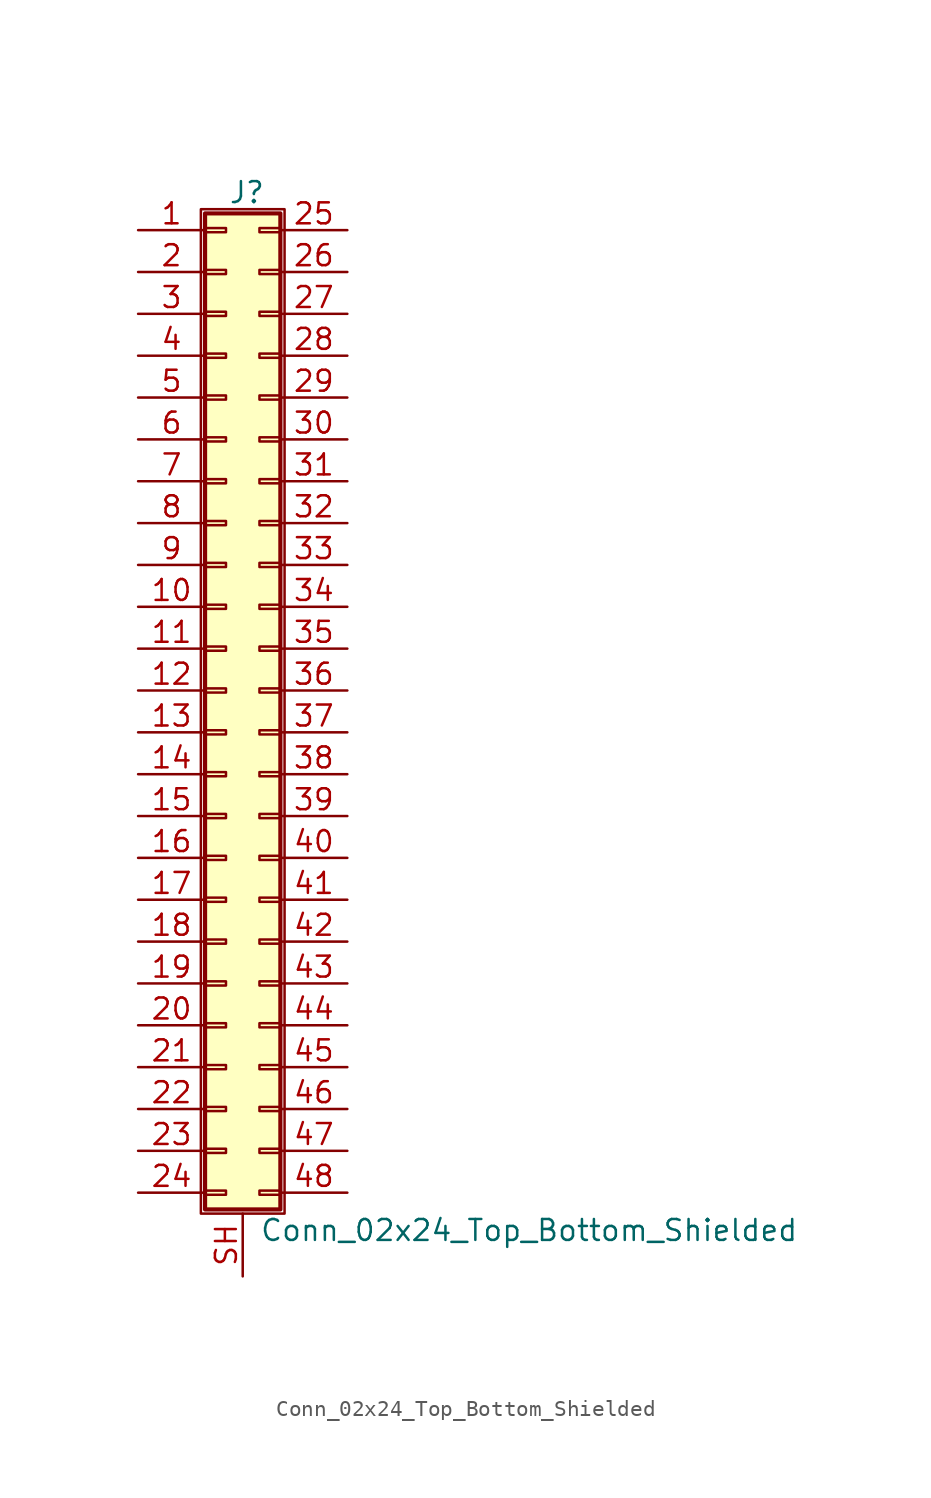
<source format=kicad_sym>
(kicad_symbol_lib
  (version 20201005)
  (generator kicad_symbol_editor)
  (symbol "Conn_02x24_Top_Bottom_Shielded"
    (pin_names
      (offset 1.016) hide)
    (property "Reference" "J"
      (at 1.524 30.226 0)
      (effects (font (size 1.27 1.27))))
    (property "Value" "Conn_02x24_Top_Bottom_Shielded"
      (at 2.286 -32.766 0)
      (effects (font (size 1.27 1.27)) (justify left)))
    (symbol "Conn_02x24_Top_Bottom_Shielded_1_1"
      (rectangle (start -1.27 29.21) (end 3.81 -31.75) (stroke (width 0.152)) (fill (type none)))
      (rectangle (start -1.016 -30.353) (end 0.254 -30.607) (stroke (width 0.152)) (fill (type none)))
      (rectangle (start -1.016 -27.813) (end 0.254 -28.067) (stroke (width 0.152)) (fill (type none)))
      (rectangle (start -1.016 -25.273) (end 0.254 -25.527) (stroke (width 0.152)) (fill (type none)))
      (rectangle (start -1.016 -22.733) (end 0.254 -22.987) (stroke (width 0.152)) (fill (type none)))
      (rectangle (start -1.016 -20.193) (end 0.254 -20.447) (stroke (width 0.152)) (fill (type none)))
      (rectangle (start -1.016 -17.653) (end 0.254 -17.907) (stroke (width 0.152)) (fill (type none)))
      (rectangle (start -1.016 -15.113) (end 0.254 -15.367) (stroke (width 0.152)) (fill (type none)))
      (rectangle (start -1.016 -12.573) (end 0.254 -12.827) (stroke (width 0.152)) (fill (type none)))
      (rectangle (start -1.016 -10.033) (end 0.254 -10.287) (stroke (width 0.152)) (fill (type none)))
      (rectangle (start -1.016 -7.493) (end 0.254 -7.747) (stroke (width 0.152)) (fill (type none)))
      (rectangle (start -1.016 -4.953) (end 0.254 -5.207) (stroke (width 0.152)) (fill (type none)))
      (rectangle (start -1.016 -2.413) (end 0.254 -2.667) (stroke (width 0.152)) (fill (type none)))
      (rectangle (start -1.016 0.127) (end 0.254 -0.127) (stroke (width 0.152)) (fill (type none)))
      (rectangle (start -1.016 2.667) (end 0.254 2.413) (stroke (width 0.152)) (fill (type none)))
      (rectangle (start -1.016 5.207) (end 0.254 4.953) (stroke (width 0.152)) (fill (type none)))
      (rectangle (start -1.016 7.747) (end 0.254 7.493) (stroke (width 0.152)) (fill (type none)))
      (rectangle (start -1.016 10.287) (end 0.254 10.033) (stroke (width 0.152)) (fill (type none)))
      (rectangle (start -1.016 12.827) (end 0.254 12.573) (stroke (width 0.152)) (fill (type none)))
      (rectangle (start -1.016 15.367) (end 0.254 15.113) (stroke (width 0.152)) (fill (type none)))
      (rectangle (start -1.016 17.907) (end 0.254 17.653) (stroke (width 0.152)) (fill (type none)))
      (rectangle (start -1.016 20.447) (end 0.254 20.193) (stroke (width 0.152)) (fill (type none)))
      (rectangle (start -1.016 22.987) (end 0.254 22.733) (stroke (width 0.152)) (fill (type none)))
      (rectangle (start -1.016 25.527) (end 0.254 25.273) (stroke (width 0.152)) (fill (type none)))
      (rectangle (start -1.016 28.067) (end 0.254 27.813) (stroke (width 0.152)) (fill (type none)))
      (rectangle (start 3.556 -30.353) (end 2.286 -30.607) (stroke (width 0.152)) (fill (type none)))
      (rectangle (start 3.556 -27.813) (end 2.286 -28.067) (stroke (width 0.152)) (fill (type none)))
      (rectangle (start 3.556 -25.273) (end 2.286 -25.527) (stroke (width 0.152)) (fill (type none)))
      (rectangle (start 3.556 -22.733) (end 2.286 -22.987) (stroke (width 0.152)) (fill (type none)))
      (rectangle (start 3.556 -20.193) (end 2.286 -20.447) (stroke (width 0.152)) (fill (type none)))
      (rectangle (start 3.556 -17.653) (end 2.286 -17.907) (stroke (width 0.152)) (fill (type none)))
      (rectangle (start 3.556 -15.113) (end 2.286 -15.367) (stroke (width 0.152)) (fill (type none)))
      (rectangle (start 3.556 -12.573) (end 2.286 -12.827) (stroke (width 0.152)) (fill (type none)))
      (rectangle (start 3.556 -10.033) (end 2.286 -10.287) (stroke (width 0.152)) (fill (type none)))
      (rectangle (start 3.556 -7.493) (end 2.286 -7.747) (stroke (width 0.152)) (fill (type none)))
      (rectangle (start 3.556 -4.953) (end 2.286 -5.207) (stroke (width 0.152)) (fill (type none)))
      (rectangle (start 3.556 -2.413) (end 2.286 -2.667) (stroke (width 0.152)) (fill (type none)))
      (rectangle (start 3.556 0.127) (end 2.286 -0.127) (stroke (width 0.152)) (fill (type none)))
      (rectangle (start 3.556 2.667) (end 2.286 2.413) (stroke (width 0.152)) (fill (type none)))
      (rectangle (start 3.556 5.207) (end 2.286 4.953) (stroke (width 0.152)) (fill (type none)))
      (rectangle (start 3.556 7.747) (end 2.286 7.493) (stroke (width 0.152)) (fill (type none)))
      (rectangle (start 3.556 10.287) (end 2.286 10.033) (stroke (width 0.152)) (fill (type none)))
      (rectangle (start 3.556 12.827) (end 2.286 12.573) (stroke (width 0.152)) (fill (type none)))
      (rectangle (start 3.556 15.367) (end 2.286 15.113) (stroke (width 0.152)) (fill (type none)))
      (rectangle (start 3.556 17.907) (end 2.286 17.653) (stroke (width 0.152)) (fill (type none)))
      (rectangle (start 3.556 20.447) (end 2.286 20.193) (stroke (width 0.152)) (fill (type none)))
      (rectangle (start 3.556 22.987) (end 2.286 22.733) (stroke (width 0.152)) (fill (type none)))
      (rectangle (start 3.556 25.527) (end 2.286 25.273) (stroke (width 0.152)) (fill (type none)))
      (rectangle (start 3.556 28.067) (end 2.286 27.813) (stroke (width 0.152)) (fill (type none)))
      (rectangle (start -1.016 28.956) (end 3.556 -31.496) (stroke (width 0.254)) (fill (type background)))
      (pin passive line (at -5.08 27.94 0) (length 4.064) (name "Pin_1" (effects (font (size 1.27 1.27)))) (number "1" (effects (font (size 1.27 1.27)))))
      (pin passive line (at -5.08 5.08 0) (length 4.064) (name "Pin_10" (effects (font (size 1.27 1.27)))) (number "10" (effects (font (size 1.27 1.27)))))
      (pin passive line (at -5.08 2.54 0) (length 4.064) (name "Pin_11" (effects (font (size 1.27 1.27)))) (number "11" (effects (font (size 1.27 1.27)))))
      (pin passive line (at -5.08 0 0) (length 4.064) (name "Pin_12" (effects (font (size 1.27 1.27)))) (number "12" (effects (font (size 1.27 1.27)))))
      (pin passive line (at -5.08 -2.54 0) (length 4.064) (name "Pin_13" (effects (font (size 1.27 1.27)))) (number "13" (effects (font (size 1.27 1.27)))))
      (pin passive line (at -5.08 -5.08 0) (length 4.064) (name "Pin_14" (effects (font (size 1.27 1.27)))) (number "14" (effects (font (size 1.27 1.27)))))
      (pin passive line (at -5.08 -7.62 0) (length 4.064) (name "Pin_15" (effects (font (size 1.27 1.27)))) (number "15" (effects (font (size 1.27 1.27)))))
      (pin passive line (at -5.08 -10.16 0) (length 4.064) (name "Pin_16" (effects (font (size 1.27 1.27)))) (number "16" (effects (font (size 1.27 1.27)))))
      (pin passive line (at -5.08 -12.7 0) (length 4.064) (name "Pin_17" (effects (font (size 1.27 1.27)))) (number "17" (effects (font (size 1.27 1.27)))))
      (pin passive line (at -5.08 -15.24 0) (length 4.064) (name "Pin_18" (effects (font (size 1.27 1.27)))) (number "18" (effects (font (size 1.27 1.27)))))
      (pin passive line (at -5.08 -17.78 0) (length 4.064) (name "Pin_19" (effects (font (size 1.27 1.27)))) (number "19" (effects (font (size 1.27 1.27)))))
      (pin passive line (at -5.08 25.4 0) (length 4.064) (name "Pin_2" (effects (font (size 1.27 1.27)))) (number "2" (effects (font (size 1.27 1.27)))))
      (pin passive line (at -5.08 -20.32 0) (length 4.064) (name "Pin_20" (effects (font (size 1.27 1.27)))) (number "20" (effects (font (size 1.27 1.27)))))
      (pin passive line (at -5.08 -22.86 0) (length 4.064) (name "Pin_21" (effects (font (size 1.27 1.27)))) (number "21" (effects (font (size 1.27 1.27)))))
      (pin passive line (at -5.08 -25.4 0) (length 4.064) (name "Pin_22" (effects (font (size 1.27 1.27)))) (number "22" (effects (font (size 1.27 1.27)))))
      (pin passive line (at -5.08 -27.94 0) (length 4.064) (name "Pin_23" (effects (font (size 1.27 1.27)))) (number "23" (effects (font (size 1.27 1.27)))))
      (pin passive line (at -5.08 -30.48 0) (length 4.064) (name "Pin_24" (effects (font (size 1.27 1.27)))) (number "24" (effects (font (size 1.27 1.27)))))
      (pin passive line (at 7.62 27.94 180) (length 4.064) (name "Pin_25" (effects (font (size 1.27 1.27)))) (number "25" (effects (font (size 1.27 1.27)))))
      (pin passive line (at 7.62 25.4 180) (length 4.064) (name "Pin_26" (effects (font (size 1.27 1.27)))) (number "26" (effects (font (size 1.27 1.27)))))
      (pin passive line (at 7.62 22.86 180) (length 4.064) (name "Pin_27" (effects (font (size 1.27 1.27)))) (number "27" (effects (font (size 1.27 1.27)))))
      (pin passive line (at 7.62 20.32 180) (length 4.064) (name "Pin_28" (effects (font (size 1.27 1.27)))) (number "28" (effects (font (size 1.27 1.27)))))
      (pin passive line (at 7.62 17.78 180) (length 4.064) (name "Pin_29" (effects (font (size 1.27 1.27)))) (number "29" (effects (font (size 1.27 1.27)))))
      (pin passive line (at -5.08 22.86 0) (length 4.064) (name "Pin_3" (effects (font (size 1.27 1.27)))) (number "3" (effects (font (size 1.27 1.27)))))
      (pin passive line (at 7.62 15.24 180) (length 4.064) (name "Pin_30" (effects (font (size 1.27 1.27)))) (number "30" (effects (font (size 1.27 1.27)))))
      (pin passive line (at 7.62 12.7 180) (length 4.064) (name "Pin_31" (effects (font (size 1.27 1.27)))) (number "31" (effects (font (size 1.27 1.27)))))
      (pin passive line (at 7.62 10.16 180) (length 4.064) (name "Pin_32" (effects (font (size 1.27 1.27)))) (number "32" (effects (font (size 1.27 1.27)))))
      (pin passive line (at 7.62 7.62 180) (length 4.064) (name "Pin_33" (effects (font (size 1.27 1.27)))) (number "33" (effects (font (size 1.27 1.27)))))
      (pin passive line (at 7.62 5.08 180) (length 4.064) (name "Pin_34" (effects (font (size 1.27 1.27)))) (number "34" (effects (font (size 1.27 1.27)))))
      (pin passive line (at 7.62 2.54 180) (length 4.064) (name "Pin_35" (effects (font (size 1.27 1.27)))) (number "35" (effects (font (size 1.27 1.27)))))
      (pin passive line (at 7.62 0 180) (length 4.064) (name "Pin_36" (effects (font (size 1.27 1.27)))) (number "36" (effects (font (size 1.27 1.27)))))
      (pin passive line (at 7.62 -2.54 180) (length 4.064) (name "Pin_37" (effects (font (size 1.27 1.27)))) (number "37" (effects (font (size 1.27 1.27)))))
      (pin passive line (at 7.62 -5.08 180) (length 4.064) (name "Pin_38" (effects (font (size 1.27 1.27)))) (number "38" (effects (font (size 1.27 1.27)))))
      (pin passive line (at 7.62 -7.62 180) (length 4.064) (name "Pin_39" (effects (font (size 1.27 1.27)))) (number "39" (effects (font (size 1.27 1.27)))))
      (pin passive line (at -5.08 20.32 0) (length 4.064) (name "Pin_4" (effects (font (size 1.27 1.27)))) (number "4" (effects (font (size 1.27 1.27)))))
      (pin passive line (at 7.62 -10.16 180) (length 4.064) (name "Pin_40" (effects (font (size 1.27 1.27)))) (number "40" (effects (font (size 1.27 1.27)))))
      (pin passive line (at 7.62 -12.7 180) (length 4.064) (name "Pin_41" (effects (font (size 1.27 1.27)))) (number "41" (effects (font (size 1.27 1.27)))))
      (pin passive line (at 7.62 -15.24 180) (length 4.064) (name "Pin_42" (effects (font (size 1.27 1.27)))) (number "42" (effects (font (size 1.27 1.27)))))
      (pin passive line (at 7.62 -17.78 180) (length 4.064) (name "Pin_43" (effects (font (size 1.27 1.27)))) (number "43" (effects (font (size 1.27 1.27)))))
      (pin passive line (at 7.62 -20.32 180) (length 4.064) (name "Pin_44" (effects (font (size 1.27 1.27)))) (number "44" (effects (font (size 1.27 1.27)))))
      (pin passive line (at 7.62 -22.86 180) (length 4.064) (name "Pin_45" (effects (font (size 1.27 1.27)))) (number "45" (effects (font (size 1.27 1.27)))))
      (pin passive line (at 7.62 -25.4 180) (length 4.064) (name "Pin_46" (effects (font (size 1.27 1.27)))) (number "46" (effects (font (size 1.27 1.27)))))
      (pin passive line (at 7.62 -27.94 180) (length 4.064) (name "Pin_47" (effects (font (size 1.27 1.27)))) (number "47" (effects (font (size 1.27 1.27)))))
      (pin passive line (at 7.62 -30.48 180) (length 4.064) (name "Pin_48" (effects (font (size 1.27 1.27)))) (number "48" (effects (font (size 1.27 1.27)))))
      (pin passive line (at -5.08 17.78 0) (length 4.064) (name "Pin_5" (effects (font (size 1.27 1.27)))) (number "5" (effects (font (size 1.27 1.27)))))
      (pin passive line (at -5.08 15.24 0) (length 4.064) (name "Pin_6" (effects (font (size 1.27 1.27)))) (number "6" (effects (font (size 1.27 1.27)))))
      (pin passive line (at -5.08 12.7 0) (length 4.064) (name "Pin_7" (effects (font (size 1.27 1.27)))) (number "7" (effects (font (size 1.27 1.27)))))
      (pin passive line (at -5.08 10.16 0) (length 4.064) (name "Pin_8" (effects (font (size 1.27 1.27)))) (number "8" (effects (font (size 1.27 1.27)))))
      (pin passive line (at -5.08 7.62 0) (length 4.064) (name "Pin_9" (effects (font (size 1.27 1.27)))) (number "9" (effects (font (size 1.27 1.27)))))
      (pin passive line (at 1.27 -35.56 90) (length 3.81) (name "Shield" (effects (font (size 1.27 1.27)))) (number "SH" (effects (font (size 1.27 1.27))))))))
</source>
